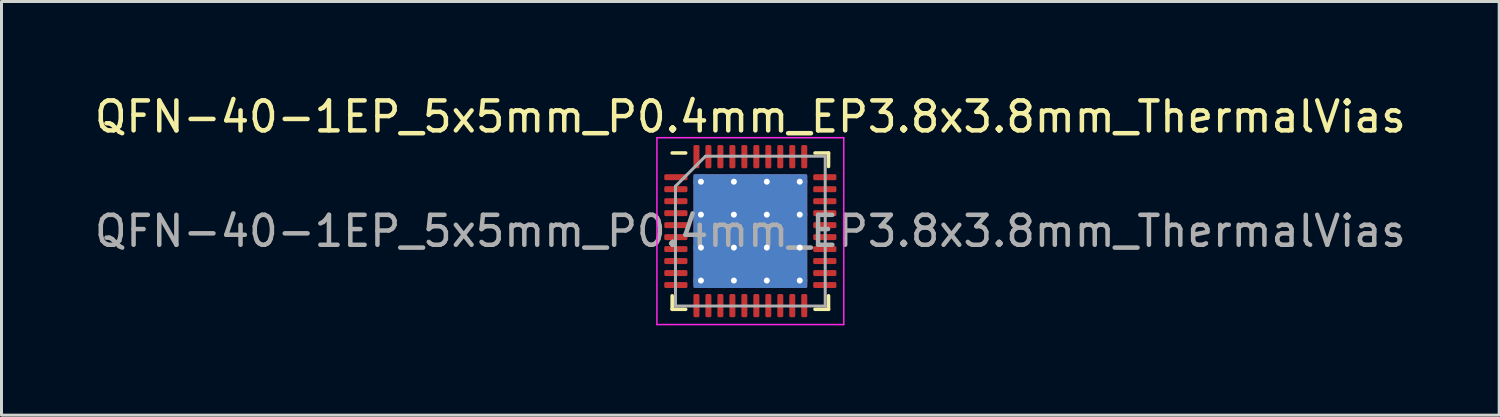
<source format=kicad_pcb>
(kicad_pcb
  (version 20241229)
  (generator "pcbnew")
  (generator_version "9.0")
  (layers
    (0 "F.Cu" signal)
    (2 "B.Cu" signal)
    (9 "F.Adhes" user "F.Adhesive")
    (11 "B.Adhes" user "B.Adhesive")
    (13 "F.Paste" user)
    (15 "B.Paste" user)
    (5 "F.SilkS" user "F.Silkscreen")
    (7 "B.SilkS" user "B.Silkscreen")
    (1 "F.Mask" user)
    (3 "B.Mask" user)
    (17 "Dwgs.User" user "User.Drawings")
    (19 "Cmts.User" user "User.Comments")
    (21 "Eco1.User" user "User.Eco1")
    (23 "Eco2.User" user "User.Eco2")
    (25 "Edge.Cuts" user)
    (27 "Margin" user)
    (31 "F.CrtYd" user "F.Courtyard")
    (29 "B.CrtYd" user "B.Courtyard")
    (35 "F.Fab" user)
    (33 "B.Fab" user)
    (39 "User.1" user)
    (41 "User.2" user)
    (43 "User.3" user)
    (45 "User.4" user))
  (footprint "QFN-40-1EP_5x5mm_P0.4mm_EP3.8x3.8mm_ThermalVias"
    (layer "F.Cu")
    (at 22.006 4.668)
    (property "Reference" "QFN-40-1EP_5x5mm_P0.4mm_EP3.8x3.8mm_ThermalVias" (at 0 -3.82 0) (layer "F.SilkS") (effects (font (size 1 1) (thickness 0.15))))
    (attr smd)
    (fp_line (start -2.61 2.61) (end -2.61 2.16) (stroke (width 0.12) (type solid)) (layer "F.SilkS"))
    (fp_line (start -2.16 -2.61) (end -2.61 -2.61) (stroke (width 0.12) (type solid)) (layer "F.SilkS"))
    (fp_line (start -2.16 2.61) (end -2.61 2.61) (stroke (width 0.12) (type solid)) (layer "F.SilkS"))
    (fp_line (start 2.16 -2.61) (end 2.61 -2.61) (stroke (width 0.12) (type solid)) (layer "F.SilkS"))
    (fp_line (start 2.16 2.61) (end 2.61 2.61) (stroke (width 0.12) (type solid)) (layer "F.SilkS"))
    (fp_line (start 2.61 -2.61) (end 2.61 -2.16) (stroke (width 0.12) (type solid)) (layer "F.SilkS"))
    (fp_line (start 2.61 2.61) (end 2.61 2.16) (stroke (width 0.12) (type solid)) (layer "F.SilkS"))
    (fp_line (start -3.12 -3.12) (end -3.12 3.12) (stroke (width 0.05) (type solid)) (layer "F.CrtYd"))
    (fp_line (start -3.12 3.12) (end 3.12 3.12) (stroke (width 0.05) (type solid)) (layer "F.CrtYd"))
    (fp_line (start 3.12 -3.12) (end -3.12 -3.12) (stroke (width 0.05) (type solid)) (layer "F.CrtYd"))
    (fp_line (start 3.12 3.12) (end 3.12 -3.12) (stroke (width 0.05) (type solid)) (layer "F.CrtYd"))
    (fp_line (start -2.5 -1.5) (end -1.5 -2.5) (stroke (width 0.1) (type solid)) (layer "F.Fab"))
    (fp_line (start -2.5 2.5) (end -2.5 -1.5) (stroke (width 0.1) (type solid)) (layer "F.Fab"))
    (fp_line (start -1.5 -2.5) (end 2.5 -2.5) (stroke (width 0.1) (type solid)) (layer "F.Fab"))
    (fp_line (start 2.5 -2.5) (end 2.5 2.5) (stroke (width 0.1) (type solid)) (layer "F.Fab"))
    (fp_line (start 2.5 2.5) (end -2.5 2.5) (stroke (width 0.1) (type solid)) (layer "F.Fab"))
    (fp_text user "${REFERENCE}" (at 0 0 0) (layer "F.Fab") (effects (font (size 1 1) (thickness 0.15))))
    (pad "" smd custom (at -1.1 -1.1) (size 0.865 0.865) (layers "F.Paste") (options (anchor circle)) (primitives (gr_poly (pts (xy -0.491 -0.327) (xy -0.327 -0.491) (xy 0.327 -0.491) (xy 0.491 -0.327) (xy 0.491 0.327) (xy 0.327 0.491) (xy -0.327 0.491) (xy -0.491 0.327)) (width 0) (fill yes))))
    (pad "" smd custom (at -1.1 0) (size 0.865 0.865) (layers "F.Paste") (options (anchor circle)) (primitives (gr_poly (pts (xy -0.491 -0.327) (xy -0.327 -0.491) (xy 0.327 -0.491) (xy 0.491 -0.327) (xy 0.491 0.327) (xy 0.327 0.491) (xy -0.327 0.491) (xy -0.491 0.327)) (width 0) (fill yes))))
    (pad "" smd custom (at -1.1 1.1) (size 0.865 0.865) (layers "F.Paste") (options (anchor circle)) (primitives (gr_poly (pts (xy -0.491 -0.327) (xy -0.327 -0.491) (xy 0.327 -0.491) (xy 0.491 -0.327) (xy 0.491 0.327) (xy 0.327 0.491) (xy -0.327 0.491) (xy -0.491 0.327)) (width 0) (fill yes))))
    (pad "" smd custom (at 0 -1.1) (size 0.865 0.865) (layers "F.Paste") (options (anchor circle)) (primitives (gr_poly (pts (xy -0.491 -0.327) (xy -0.327 -0.491) (xy 0.327 -0.491) (xy 0.491 -0.327) (xy 0.491 0.327) (xy 0.327 0.491) (xy -0.327 0.491) (xy -0.491 0.327)) (width 0) (fill yes))))
    (pad "" smd custom (at 0 0) (size 0.865 0.865) (layers "F.Paste") (options (anchor circle)) (primitives (gr_poly (pts (xy -0.491 -0.327) (xy -0.327 -0.491) (xy 0.327 -0.491) (xy 0.491 -0.327) (xy 0.491 0.327) (xy 0.327 0.491) (xy -0.327 0.491) (xy -0.491 0.327)) (width 0) (fill yes))))
    (pad "" smd custom (at 0 1.1) (size 0.865 0.865) (layers "F.Paste") (options (anchor circle)) (primitives (gr_poly (pts (xy -0.491 -0.327) (xy -0.327 -0.491) (xy 0.327 -0.491) (xy 0.491 -0.327) (xy 0.491 0.327) (xy 0.327 0.491) (xy -0.327 0.491) (xy -0.491 0.327)) (width 0) (fill yes))))
    (pad "" smd custom (at 1.1 -1.1) (size 0.865 0.865) (layers "F.Paste") (options (anchor circle)) (primitives (gr_poly (pts (xy -0.491 -0.327) (xy -0.327 -0.491) (xy 0.327 -0.491) (xy 0.491 -0.327) (xy 0.491 0.327) (xy 0.327 0.491) (xy -0.327 0.491) (xy -0.491 0.327)) (width 0) (fill yes))))
    (pad "" smd custom (at 1.1 0) (size 0.865 0.865) (layers "F.Paste") (options (anchor circle)) (primitives (gr_poly (pts (xy -0.491 -0.327) (xy -0.327 -0.491) (xy 0.327 -0.491) (xy 0.491 -0.327) (xy 0.491 0.327) (xy 0.327 0.491) (xy -0.327 0.491) (xy -0.491 0.327)) (width 0) (fill yes))))
    (pad "" smd custom (at 1.1 1.1) (size 0.865 0.865) (layers "F.Paste") (options (anchor circle)) (primitives (gr_poly (pts (xy -0.491 -0.327) (xy -0.327 -0.491) (xy 0.327 -0.491) (xy 0.491 -0.327) (xy 0.491 0.327) (xy 0.327 0.491) (xy -0.327 0.491) (xy -0.491 0.327)) (width 0) (fill yes))))
    (pad "1" smd roundrect (at -2.487 -1.8) (size 0.775 0.2) (layers "F.Cu" "F.Mask" "F.Paste") (roundrect_rratio 0.25))
    (pad "2" smd roundrect (at -2.487 -1.4) (size 0.775 0.2) (layers "F.Cu" "F.Mask" "F.Paste") (roundrect_rratio 0.25))
    (pad "3" smd roundrect (at -2.487 -1) (size 0.775 0.2) (layers "F.Cu" "F.Mask" "F.Paste") (roundrect_rratio 0.25))
    (pad "4" smd roundrect (at -2.487 -0.6) (size 0.775 0.2) (layers "F.Cu" "F.Mask" "F.Paste") (roundrect_rratio 0.25))
    (pad "5" smd roundrect (at -2.487 -0.2) (size 0.775 0.2) (layers "F.Cu" "F.Mask" "F.Paste") (roundrect_rratio 0.25))
    (pad "6" smd roundrect (at -2.487 0.2) (size 0.775 0.2) (layers "F.Cu" "F.Mask" "F.Paste") (roundrect_rratio 0.25))
    (pad "7" smd roundrect (at -2.487 0.6) (size 0.775 0.2) (layers "F.Cu" "F.Mask" "F.Paste") (roundrect_rratio 0.25))
    (pad "8" smd roundrect (at -2.487 1) (size 0.775 0.2) (layers "F.Cu" "F.Mask" "F.Paste") (roundrect_rratio 0.25))
    (pad "9" smd roundrect (at -2.487 1.4) (size 0.775 0.2) (layers "F.Cu" "F.Mask" "F.Paste") (roundrect_rratio 0.25))
    (pad "10" smd roundrect (at -2.487 1.8) (size 0.775 0.2) (layers "F.Cu" "F.Mask" "F.Paste") (roundrect_rratio 0.25))
    (pad "11" smd roundrect (at -1.8 2.487) (size 0.2 0.775) (layers "F.Cu" "F.Mask" "F.Paste") (roundrect_rratio 0.25))
    (pad "12" smd roundrect (at -1.4 2.487) (size 0.2 0.775) (layers "F.Cu" "F.Mask" "F.Paste") (roundrect_rratio 0.25))
    (pad "13" smd roundrect (at -1 2.487) (size 0.2 0.775) (layers "F.Cu" "F.Mask" "F.Paste") (roundrect_rratio 0.25))
    (pad "14" smd roundrect (at -0.6 2.487) (size 0.2 0.775) (layers "F.Cu" "F.Mask" "F.Paste") (roundrect_rratio 0.25))
    (pad "15" smd roundrect (at -0.2 2.487) (size 0.2 0.775) (layers "F.Cu" "F.Mask" "F.Paste") (roundrect_rratio 0.25))
    (pad "16" smd roundrect (at 0.2 2.487) (size 0.2 0.775) (layers "F.Cu" "F.Mask" "F.Paste") (roundrect_rratio 0.25))
    (pad "17" smd roundrect (at 0.6 2.487) (size 0.2 0.775) (layers "F.Cu" "F.Mask" "F.Paste") (roundrect_rratio 0.25))
    (pad "18" smd roundrect (at 1 2.487) (size 0.2 0.775) (layers "F.Cu" "F.Mask" "F.Paste") (roundrect_rratio 0.25))
    (pad "19" smd roundrect (at 1.4 2.487) (size 0.2 0.775) (layers "F.Cu" "F.Mask" "F.Paste") (roundrect_rratio 0.25))
    (pad "20" smd roundrect (at 1.8 2.487) (size 0.2 0.775) (layers "F.Cu" "F.Mask" "F.Paste") (roundrect_rratio 0.25))
    (pad "21" smd roundrect (at 2.487 1.8) (size 0.775 0.2) (layers "F.Cu" "F.Mask" "F.Paste") (roundrect_rratio 0.25))
    (pad "22" smd roundrect (at 2.487 1.4) (size 0.775 0.2) (layers "F.Cu" "F.Mask" "F.Paste") (roundrect_rratio 0.25))
    (pad "23" smd roundrect (at 2.487 1) (size 0.775 0.2) (layers "F.Cu" "F.Mask" "F.Paste") (roundrect_rratio 0.25))
    (pad "24" smd roundrect (at 2.487 0.6) (size 0.775 0.2) (layers "F.Cu" "F.Mask" "F.Paste") (roundrect_rratio 0.25))
    (pad "25" smd roundrect (at 2.487 0.2) (size 0.775 0.2) (layers "F.Cu" "F.Mask" "F.Paste") (roundrect_rratio 0.25))
    (pad "26" smd roundrect (at 2.487 -0.2) (size 0.775 0.2) (layers "F.Cu" "F.Mask" "F.Paste") (roundrect_rratio 0.25))
    (pad "27" smd roundrect (at 2.487 -0.6) (size 0.775 0.2) (layers "F.Cu" "F.Mask" "F.Paste") (roundrect_rratio 0.25))
    (pad "28" smd roundrect (at 2.487 -1) (size 0.775 0.2) (layers "F.Cu" "F.Mask" "F.Paste") (roundrect_rratio 0.25))
    (pad "29" smd roundrect (at 2.487 -1.4) (size 0.775 0.2) (layers "F.Cu" "F.Mask" "F.Paste") (roundrect_rratio 0.25))
    (pad "30" smd roundrect (at 2.487 -1.8) (size 0.775 0.2) (layers "F.Cu" "F.Mask" "F.Paste") (roundrect_rratio 0.25))
    (pad "31" smd roundrect (at 1.8 -2.487) (size 0.2 0.775) (layers "F.Cu" "F.Mask" "F.Paste") (roundrect_rratio 0.25))
    (pad "32" smd roundrect (at 1.4 -2.487) (size 0.2 0.775) (layers "F.Cu" "F.Mask" "F.Paste") (roundrect_rratio 0.25))
    (pad "33" smd roundrect (at 1 -2.487) (size 0.2 0.775) (layers "F.Cu" "F.Mask" "F.Paste") (roundrect_rratio 0.25))
    (pad "34" smd roundrect (at 0.6 -2.487) (size 0.2 0.775) (layers "F.Cu" "F.Mask" "F.Paste") (roundrect_rratio 0.25))
    (pad "35" smd roundrect (at 0.2 -2.487) (size 0.2 0.775) (layers "F.Cu" "F.Mask" "F.Paste") (roundrect_rratio 0.25))
    (pad "36" smd roundrect (at -0.2 -2.487) (size 0.2 0.775) (layers "F.Cu" "F.Mask" "F.Paste") (roundrect_rratio 0.25))
    (pad "37" smd roundrect (at -0.6 -2.487) (size 0.2 0.775) (layers "F.Cu" "F.Mask" "F.Paste") (roundrect_rratio 0.25))
    (pad "38" smd roundrect (at -1 -2.487) (size 0.2 0.775) (layers "F.Cu" "F.Mask" "F.Paste") (roundrect_rratio 0.25))
    (pad "39" smd roundrect (at -1.4 -2.487) (size 0.2 0.775) (layers "F.Cu" "F.Mask" "F.Paste") (roundrect_rratio 0.25))
    (pad "40" smd roundrect (at -1.8 -2.487) (size 0.2 0.775) (layers "F.Cu" "F.Mask" "F.Paste") (roundrect_rratio 0.25))
    (pad "41" thru_hole circle (at -1.65 -1.65) (size 0.5 0.5) (drill 0.2) (layers "*.Cu"))
    (pad "41" thru_hole circle (at -1.65 -0.55) (size 0.5 0.5) (drill 0.2) (layers "*.Cu"))
    (pad "41" thru_hole circle (at -1.65 0.55) (size 0.5 0.5) (drill 0.2) (layers "*.Cu"))
    (pad "41" thru_hole circle (at -1.65 1.65) (size 0.5 0.5) (drill 0.2) (layers "*.Cu"))
    (pad "41" thru_hole circle (at -0.55 -1.65) (size 0.5 0.5) (drill 0.2) (layers "*.Cu"))
    (pad "41" thru_hole circle (at -0.55 -0.55) (size 0.5 0.5) (drill 0.2) (layers "*.Cu"))
    (pad "41" thru_hole circle (at -0.55 0.55) (size 0.5 0.5) (drill 0.2) (layers "*.Cu"))
    (pad "41" thru_hole circle (at -0.55 1.65) (size 0.5 0.5) (drill 0.2) (layers "*.Cu"))
    (pad "41" smd roundrect (at 0 0) (size 3.8 3.8) (layers "F.Cu" "F.Mask") (roundrect_rratio 0.013))
    (pad "41" smd roundrect (at 0 0) (size 3.8 3.8) (layers "B.Cu") (roundrect_rratio 0.013))
    (pad "41" thru_hole circle (at 0.55 -1.65) (size 0.5 0.5) (drill 0.2) (layers "*.Cu"))
    (pad "41" thru_hole circle (at 0.55 -0.55) (size 0.5 0.5) (drill 0.2) (layers "*.Cu"))
    (pad "41" thru_hole circle (at 0.55 0.55) (size 0.5 0.5) (drill 0.2) (layers "*.Cu"))
    (pad "41" thru_hole circle (at 0.55 1.65) (size 0.5 0.5) (drill 0.2) (layers "*.Cu"))
    (pad "41" thru_hole circle (at 1.65 -1.65) (size 0.5 0.5) (drill 0.2) (layers "*.Cu"))
    (pad "41" thru_hole circle (at 1.65 -0.55) (size 0.5 0.5) (drill 0.2) (layers "*.Cu"))
    (pad "41" thru_hole circle (at 1.65 0.55) (size 0.5 0.5) (drill 0.2) (layers "*.Cu"))
    (pad "41" thru_hole circle (at 1.65 1.65) (size 0.5 0.5) (drill 0.2) (layers "*.Cu")))
  (gr_rect
    (start -3 -3)
    (end 47.012 10.813)
    (stroke (width 0.1) (type default))
    (fill no)
    (layer "Edge.Cuts")))
</source>
